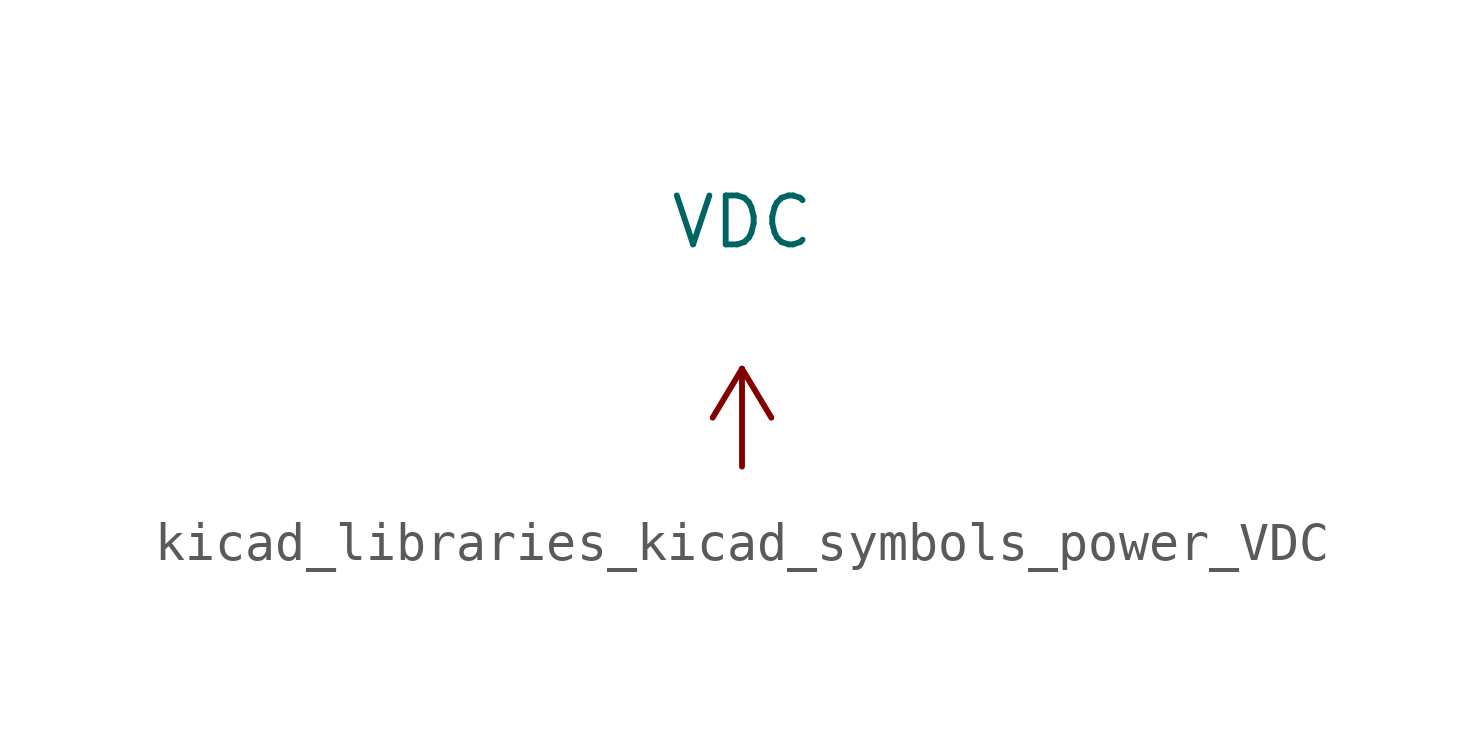
<source format=kicad_sym>
(kicad_symbol_lib
  (version 20220914)
  (generator kicad_symbol_editor)
  (symbol "kicad_libraries_kicad_symbols_power_VDC"
    (power)
    (pin_names
      (offset 0))
    (property "Reference" "#PWR"
      (at 0 -2.54 0)
      (effects (font (size 1.27 1.27)) hide))
    (property "Value" "VDC"
      (at 0 6.35 0)
      (effects (font (size 1.27 1.27))))
    (symbol "kicad_libraries_kicad_symbols_power_VDC_0_1"
      (polyline (pts (xy -0.762 1.27) (xy 0 2.54)) (stroke (width 0) (type default)) (fill (type none)))
      (polyline (pts (xy 0 0) (xy 0 2.54)) (stroke (width 0) (type default)) (fill (type none)))
      (polyline (pts (xy 0 2.54) (xy 0.762 1.27)) (stroke (width 0) (type default)) (fill (type none))))
    (symbol "kicad_libraries_kicad_symbols_power_VDC_1_1"
      (pin power_in line (at 0 0 90) (length 0) hide (name "VDC" (effects (font (size 1.27 1.27)))) (number "1" (effects (font (size 1.27 1.27))))))))
</source>
